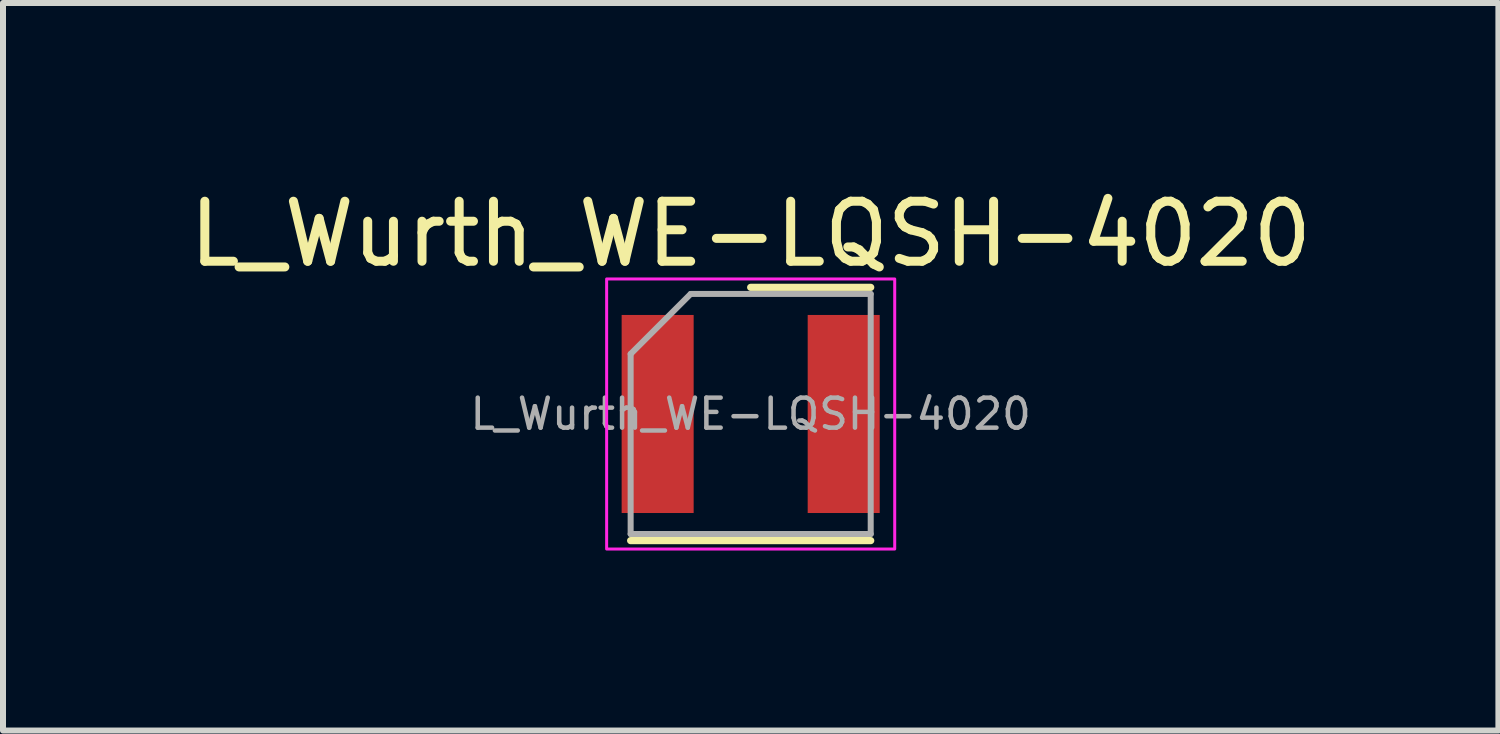
<source format=kicad_pcb>
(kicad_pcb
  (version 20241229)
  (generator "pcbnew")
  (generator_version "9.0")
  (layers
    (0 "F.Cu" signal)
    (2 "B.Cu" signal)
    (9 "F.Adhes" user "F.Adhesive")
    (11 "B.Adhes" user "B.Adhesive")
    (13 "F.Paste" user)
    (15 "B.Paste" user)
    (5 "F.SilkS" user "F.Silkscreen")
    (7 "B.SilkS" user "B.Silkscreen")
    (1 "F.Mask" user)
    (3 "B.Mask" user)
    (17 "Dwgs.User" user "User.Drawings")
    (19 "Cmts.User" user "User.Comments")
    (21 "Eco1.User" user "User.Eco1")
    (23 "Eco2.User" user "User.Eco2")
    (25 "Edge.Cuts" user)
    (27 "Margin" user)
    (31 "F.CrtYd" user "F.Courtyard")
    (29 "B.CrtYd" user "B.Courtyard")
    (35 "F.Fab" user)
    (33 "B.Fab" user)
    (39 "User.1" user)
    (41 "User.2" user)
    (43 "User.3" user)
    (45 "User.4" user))
  (footprint "L_Wurth_WE-LQSH-4020"
    (layer "F.Cu")
    (at 9.458 3.848)
    (property "Reference" "L_Wurth_WE-LQSH-4020" (at 0 -3 0) (unlocked yes) (layer "F.SilkS") (effects (font (size 1 1) (thickness 0.15))))
    (attr smd)
    (fp_line (start -2 2.11) (end 2 2.11) (stroke (width 0.12) (type solid)) (layer "F.SilkS"))
    (fp_line (start 0 -2.11) (end 2 -2.11) (stroke (width 0.12) (type solid)) (layer "F.SilkS"))
    (fp_rect (start -2.4 -2.25) (end 2.4 2.25) (stroke (width 0.05) (type solid)) (fill no) (layer "F.CrtYd"))
    (fp_line (start -2 -1) (end -2 2) (stroke (width 0.1) (type solid)) (layer "F.Fab"))
    (fp_line (start -2 2) (end 2 2) (stroke (width 0.1) (type solid)) (layer "F.Fab"))
    (fp_line (start -1 -2) (end -2 -1) (stroke (width 0.1) (type solid)) (layer "F.Fab"))
    (fp_line (start -1 -2) (end 2 -2) (stroke (width 0.1) (type solid)) (layer "F.Fab"))
    (fp_line (start 2 -2) (end 2 2) (stroke (width 0.1) (type solid)) (layer "F.Fab"))
    (fp_text user "${REFERENCE}" (at 0 0 0) (unlocked yes) (layer "F.Fab") (effects (font (size 0.5 0.5) (thickness 0.075))))
    (pad "1" smd rect (at -1.55 0) (size 1.2 3.3) (layers "F.Cu" "F.Mask" "F.Paste"))
    (pad "2" smd rect (at 1.55 0) (size 1.2 3.3) (layers "F.Cu" "F.Mask" "F.Paste")))
  (gr_rect
    (start -3 -3)
    (end 21.917 9.123)
    (stroke (width 0.1) (type default))
    (fill no)
    (layer "Edge.Cuts")))
</source>
